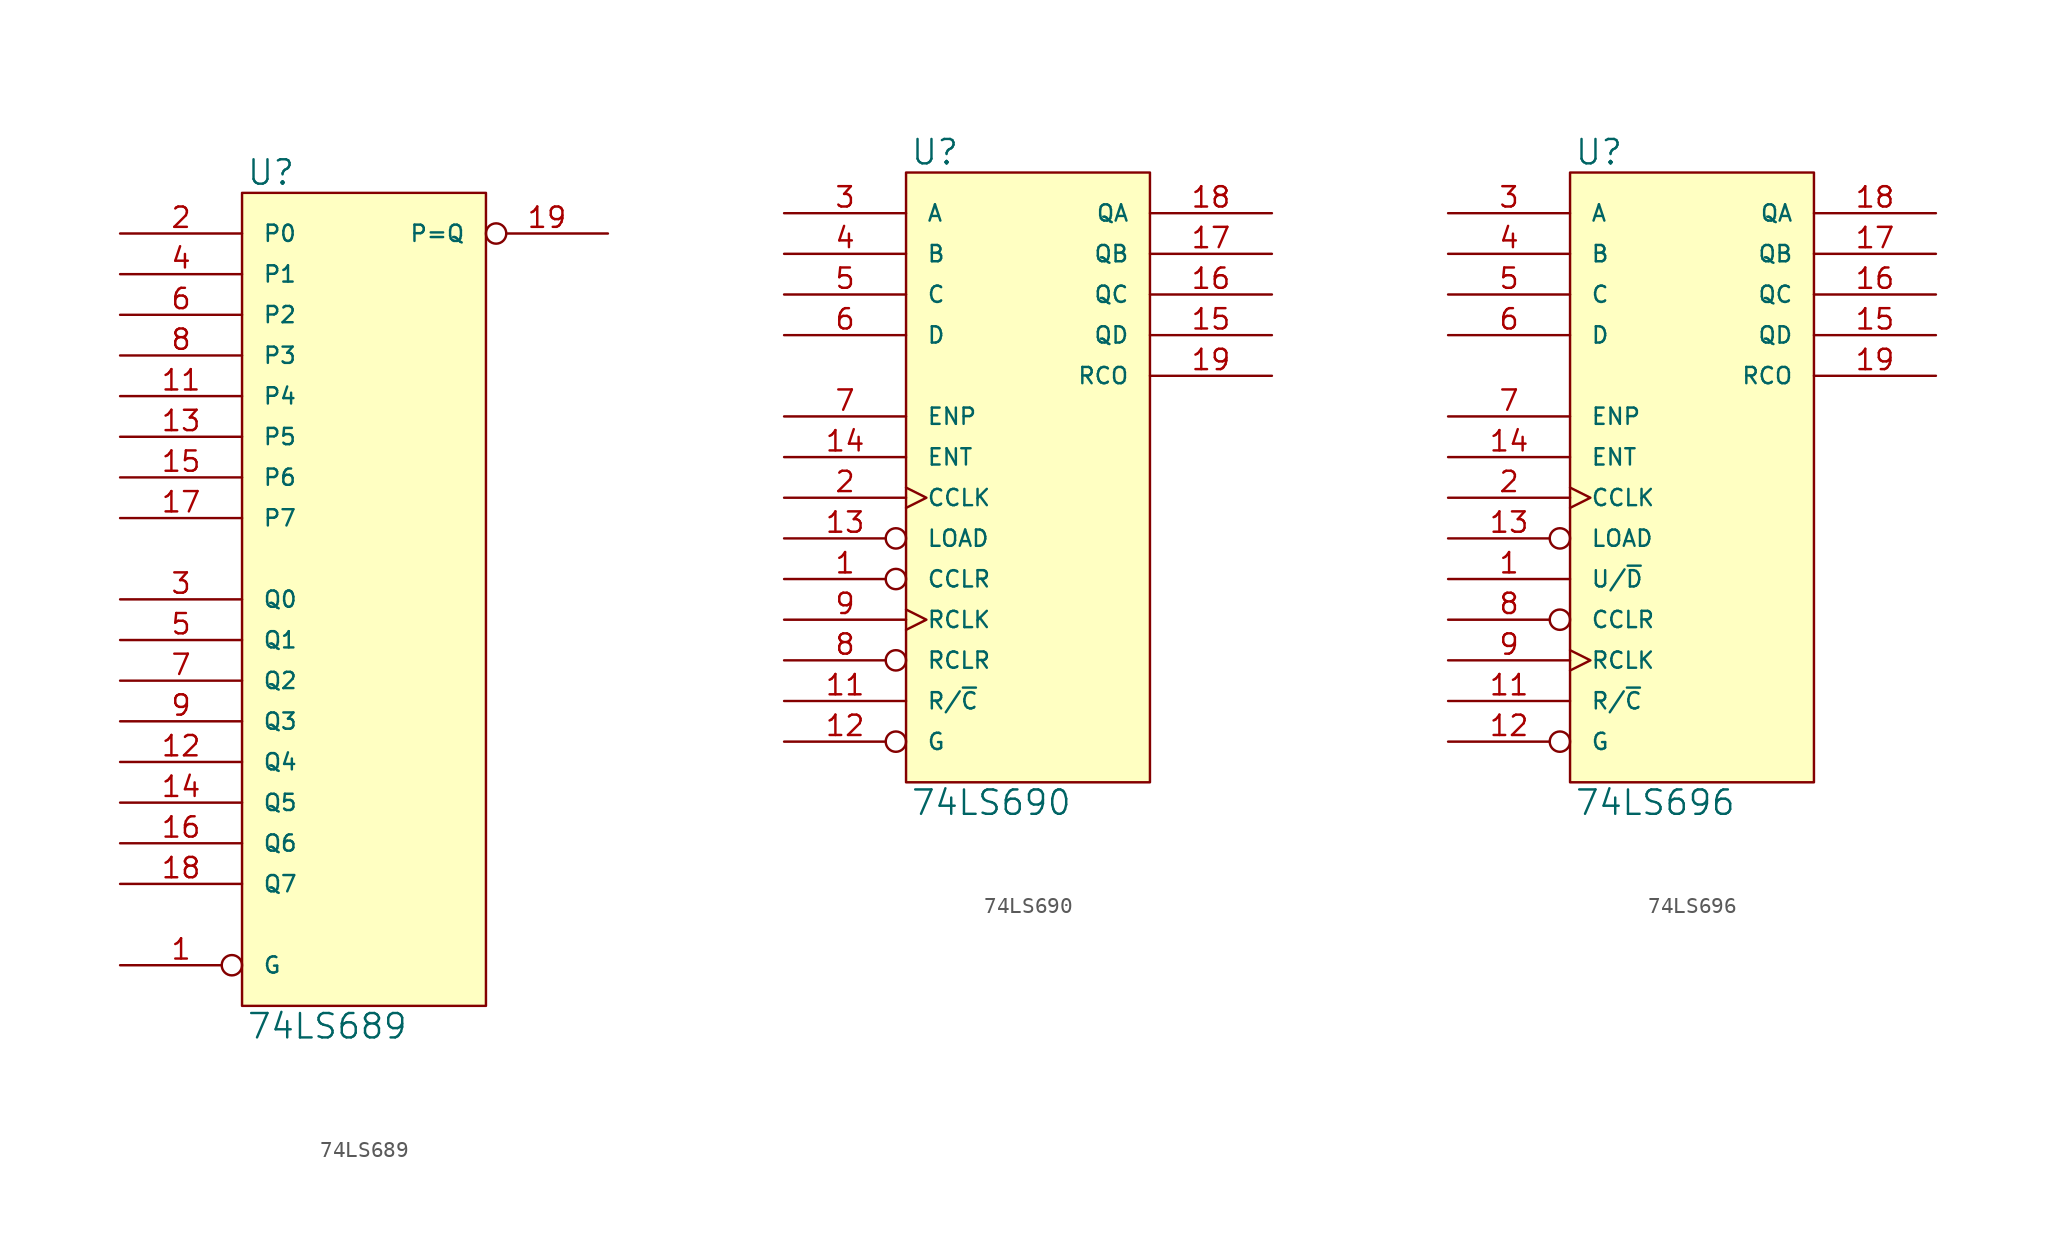
<source format=kicad_sym>
(kicad_symbol_lib
  (version 20231120)
  (generator "kicad_symbol_editor")
  (generator_version "8.0")
  (symbol "74LS689"
    (pin_names
      (offset 1.27))
    (property "Reference" "U"
      (at 0.254 0.381 0)
      (effects (font (size 1.524 1.524)) (justify left bottom)))
    (property "Value" "74LS689"
      (at 0.254 -51.181 0)
      (effects (font (size 1.524 1.524)) (justify left top)))
    (symbol "74LS689_0_1"
      (rectangle (start 0 0) (end 15.24 -50.8) (stroke (width 0) (type solid)) (fill (type background))))
    (symbol "74LS689_1_1"
      (pin input inverted (at -7.62 -48.26 0) (length 7.62) (name "G" (effects (font (size 1.016 1.016)))) (number "1" (effects (font (size 1.27 1.27)))))
      (pin power_in line (at 0 -50.8 90) (length 0) hide (name "GND" (effects (font (size 1.016 1.016)))) (number "10" (effects (font (size 1.27 1.27)))))
      (pin input line (at -7.62 -12.7 0) (length 7.62) (name "P4" (effects (font (size 1.016 1.016)))) (number "11" (effects (font (size 1.27 1.27)))))
      (pin input line (at -7.62 -35.56 0) (length 7.62) (name "Q4" (effects (font (size 1.016 1.016)))) (number "12" (effects (font (size 1.27 1.27)))))
      (pin input line (at -7.62 -15.24 0) (length 7.62) (name "P5" (effects (font (size 1.016 1.016)))) (number "13" (effects (font (size 1.27 1.27)))))
      (pin input line (at -7.62 -38.1 0) (length 7.62) (name "Q5" (effects (font (size 1.016 1.016)))) (number "14" (effects (font (size 1.27 1.27)))))
      (pin input line (at -7.62 -17.78 0) (length 7.62) (name "P6" (effects (font (size 1.016 1.016)))) (number "15" (effects (font (size 1.27 1.27)))))
      (pin input line (at -7.62 -40.64 0) (length 7.62) (name "Q6" (effects (font (size 1.016 1.016)))) (number "16" (effects (font (size 1.27 1.27)))))
      (pin input line (at -7.62 -20.32 0) (length 7.62) (name "P7" (effects (font (size 1.016 1.016)))) (number "17" (effects (font (size 1.27 1.27)))))
      (pin input line (at -7.62 -43.18 0) (length 7.62) (name "Q7" (effects (font (size 1.016 1.016)))) (number "18" (effects (font (size 1.27 1.27)))))
      (pin open_collector inverted (at 22.86 -2.54 180) (length 7.62) (name "P=Q" (effects (font (size 1.016 1.016)))) (number "19" (effects (font (size 1.27 1.27)))))
      (pin input line (at -7.62 -2.54 0) (length 7.62) (name "P0" (effects (font (size 1.016 1.016)))) (number "2" (effects (font (size 1.27 1.27)))))
      (pin power_in line (at 0 0 270) (length 0) hide (name "VCC" (effects (font (size 1.016 1.016)))) (number "20" (effects (font (size 1.27 1.27)))))
      (pin input line (at -7.62 -25.4 0) (length 7.62) (name "Q0" (effects (font (size 1.016 1.016)))) (number "3" (effects (font (size 1.27 1.27)))))
      (pin input line (at -7.62 -5.08 0) (length 7.62) (name "P1" (effects (font (size 1.016 1.016)))) (number "4" (effects (font (size 1.27 1.27)))))
      (pin input line (at -7.62 -27.94 0) (length 7.62) (name "Q1" (effects (font (size 1.016 1.016)))) (number "5" (effects (font (size 1.27 1.27)))))
      (pin input line (at -7.62 -7.62 0) (length 7.62) (name "P2" (effects (font (size 1.016 1.016)))) (number "6" (effects (font (size 1.27 1.27)))))
      (pin input line (at -7.62 -30.48 0) (length 7.62) (name "Q2" (effects (font (size 1.016 1.016)))) (number "7" (effects (font (size 1.27 1.27)))))
      (pin input line (at -7.62 -10.16 0) (length 7.62) (name "P3" (effects (font (size 1.016 1.016)))) (number "8" (effects (font (size 1.27 1.27)))))
      (pin input line (at -7.62 -33.02 0) (length 7.62) (name "Q3" (effects (font (size 1.016 1.016)))) (number "9" (effects (font (size 1.27 1.27)))))))
  (symbol "74LS690"
    (pin_names
      (offset 1.27))
    (property "Reference" "U"
      (at 0.254 0.381 0)
      (effects (font (size 1.524 1.524)) (justify left bottom)))
    (property "Value" "74LS690"
      (at 0.254 -38.481 0)
      (effects (font (size 1.524 1.524)) (justify left top)))
    (symbol "74LS690_0_1"
      (rectangle (start 0 0) (end 15.24 -38.1) (stroke (width 0) (type solid)) (fill (type background))))
    (symbol "74LS690_1_1"
      (pin input inverted (at -7.62 -25.4 0) (length 7.62) (name "CCLR" (effects (font (size 1.016 1.016)))) (number "1" (effects (font (size 1.27 1.27)))))
      (pin power_in line (at 0 -38.1 90) (length 0) hide (name "GND" (effects (font (size 1.016 1.016)))) (number "10" (effects (font (size 1.27 1.27)))))
      (pin input line (at -7.62 -33.02 0) (length 7.62) (name "R/~{C}" (effects (font (size 1.016 1.016)))) (number "11" (effects (font (size 1.27 1.27)))))
      (pin input inverted (at -7.62 -35.56 0) (length 7.62) (name "G" (effects (font (size 1.016 1.016)))) (number "12" (effects (font (size 1.27 1.27)))))
      (pin input inverted (at -7.62 -22.86 0) (length 7.62) (name "LOAD" (effects (font (size 1.016 1.016)))) (number "13" (effects (font (size 1.27 1.27)))))
      (pin input line (at -7.62 -17.78 0) (length 7.62) (name "ENT" (effects (font (size 1.016 1.016)))) (number "14" (effects (font (size 1.27 1.27)))))
      (pin tri_state line (at 22.86 -10.16 180) (length 7.62) (name "QD" (effects (font (size 1.016 1.016)))) (number "15" (effects (font (size 1.27 1.27)))))
      (pin tri_state line (at 22.86 -7.62 180) (length 7.62) (name "QC" (effects (font (size 1.016 1.016)))) (number "16" (effects (font (size 1.27 1.27)))))
      (pin tri_state line (at 22.86 -5.08 180) (length 7.62) (name "QB" (effects (font (size 1.016 1.016)))) (number "17" (effects (font (size 1.27 1.27)))))
      (pin tri_state line (at 22.86 -2.54 180) (length 7.62) (name "QA" (effects (font (size 1.016 1.016)))) (number "18" (effects (font (size 1.27 1.27)))))
      (pin output line (at 22.86 -12.7 180) (length 7.62) (name "RCO" (effects (font (size 1.016 1.016)))) (number "19" (effects (font (size 1.27 1.27)))))
      (pin input clock (at -7.62 -20.32 0) (length 7.62) (name "CCLK" (effects (font (size 1.016 1.016)))) (number "2" (effects (font (size 1.27 1.27)))))
      (pin power_in line (at 0 0 270) (length 0) hide (name "VCC" (effects (font (size 1.016 1.016)))) (number "20" (effects (font (size 1.27 1.27)))))
      (pin input line (at -7.62 -2.54 0) (length 7.62) (name "A" (effects (font (size 1.016 1.016)))) (number "3" (effects (font (size 1.27 1.27)))))
      (pin input line (at -7.62 -5.08 0) (length 7.62) (name "B" (effects (font (size 1.016 1.016)))) (number "4" (effects (font (size 1.27 1.27)))))
      (pin input line (at -7.62 -7.62 0) (length 7.62) (name "C" (effects (font (size 1.016 1.016)))) (number "5" (effects (font (size 1.27 1.27)))))
      (pin input line (at -7.62 -10.16 0) (length 7.62) (name "D" (effects (font (size 1.016 1.016)))) (number "6" (effects (font (size 1.27 1.27)))))
      (pin input line (at -7.62 -15.24 0) (length 7.62) (name "ENP" (effects (font (size 1.016 1.016)))) (number "7" (effects (font (size 1.27 1.27)))))
      (pin input inverted (at -7.62 -30.48 0) (length 7.62) (name "RCLR" (effects (font (size 1.016 1.016)))) (number "8" (effects (font (size 1.27 1.27)))))
      (pin input clock (at -7.62 -27.94 0) (length 7.62) (name "RCLK" (effects (font (size 1.016 1.016)))) (number "9" (effects (font (size 1.27 1.27)))))))
  (symbol "74LS696"
    (pin_names
      (offset 1.27))
    (property "Reference" "U"
      (at 0.254 0.381 0)
      (effects (font (size 1.524 1.524)) (justify left bottom)))
    (property "Value" "74LS696"
      (at 0.254 -38.481 0)
      (effects (font (size 1.524 1.524)) (justify left top)))
    (symbol "74LS696_0_1"
      (rectangle (start 0 0) (end 15.24 -38.1) (stroke (width 0) (type solid)) (fill (type background))))
    (symbol "74LS696_1_1"
      (pin input line (at -7.62 -25.4 0) (length 7.62) (name "U/~{D}" (effects (font (size 1.016 1.016)))) (number "1" (effects (font (size 1.27 1.27)))))
      (pin power_in line (at 0 -38.1 90) (length 0) hide (name "GND" (effects (font (size 1.016 1.016)))) (number "10" (effects (font (size 1.27 1.27)))))
      (pin input line (at -7.62 -33.02 0) (length 7.62) (name "R/~{C}" (effects (font (size 1.016 1.016)))) (number "11" (effects (font (size 1.27 1.27)))))
      (pin input inverted (at -7.62 -35.56 0) (length 7.62) (name "G" (effects (font (size 1.016 1.016)))) (number "12" (effects (font (size 1.27 1.27)))))
      (pin input inverted (at -7.62 -22.86 0) (length 7.62) (name "LOAD" (effects (font (size 1.016 1.016)))) (number "13" (effects (font (size 1.27 1.27)))))
      (pin input line (at -7.62 -17.78 0) (length 7.62) (name "ENT" (effects (font (size 1.016 1.016)))) (number "14" (effects (font (size 1.27 1.27)))))
      (pin tri_state line (at 22.86 -10.16 180) (length 7.62) (name "QD" (effects (font (size 1.016 1.016)))) (number "15" (effects (font (size 1.27 1.27)))))
      (pin tri_state line (at 22.86 -7.62 180) (length 7.62) (name "QC" (effects (font (size 1.016 1.016)))) (number "16" (effects (font (size 1.27 1.27)))))
      (pin tri_state line (at 22.86 -5.08 180) (length 7.62) (name "QB" (effects (font (size 1.016 1.016)))) (number "17" (effects (font (size 1.27 1.27)))))
      (pin tri_state line (at 22.86 -2.54 180) (length 7.62) (name "QA" (effects (font (size 1.016 1.016)))) (number "18" (effects (font (size 1.27 1.27)))))
      (pin output line (at 22.86 -12.7 180) (length 7.62) (name "RCO" (effects (font (size 1.016 1.016)))) (number "19" (effects (font (size 1.27 1.27)))))
      (pin input clock (at -7.62 -20.32 0) (length 7.62) (name "CCLK" (effects (font (size 1.016 1.016)))) (number "2" (effects (font (size 1.27 1.27)))))
      (pin power_in line (at 0 0 270) (length 0) hide (name "VCC" (effects (font (size 1.016 1.016)))) (number "20" (effects (font (size 1.27 1.27)))))
      (pin input line (at -7.62 -2.54 0) (length 7.62) (name "A" (effects (font (size 1.016 1.016)))) (number "3" (effects (font (size 1.27 1.27)))))
      (pin input line (at -7.62 -5.08 0) (length 7.62) (name "B" (effects (font (size 1.016 1.016)))) (number "4" (effects (font (size 1.27 1.27)))))
      (pin input line (at -7.62 -7.62 0) (length 7.62) (name "C" (effects (font (size 1.016 1.016)))) (number "5" (effects (font (size 1.27 1.27)))))
      (pin input line (at -7.62 -10.16 0) (length 7.62) (name "D" (effects (font (size 1.016 1.016)))) (number "6" (effects (font (size 1.27 1.27)))))
      (pin input line (at -7.62 -15.24 0) (length 7.62) (name "ENP" (effects (font (size 1.016 1.016)))) (number "7" (effects (font (size 1.27 1.27)))))
      (pin input inverted (at -7.62 -27.94 0) (length 7.62) (name "CCLR" (effects (font (size 1.016 1.016)))) (number "8" (effects (font (size 1.27 1.27)))))
      (pin input clock (at -7.62 -30.48 0) (length 7.62) (name "RCLK" (effects (font (size 1.016 1.016)))) (number "9" (effects (font (size 1.27 1.27))))))))
</source>
